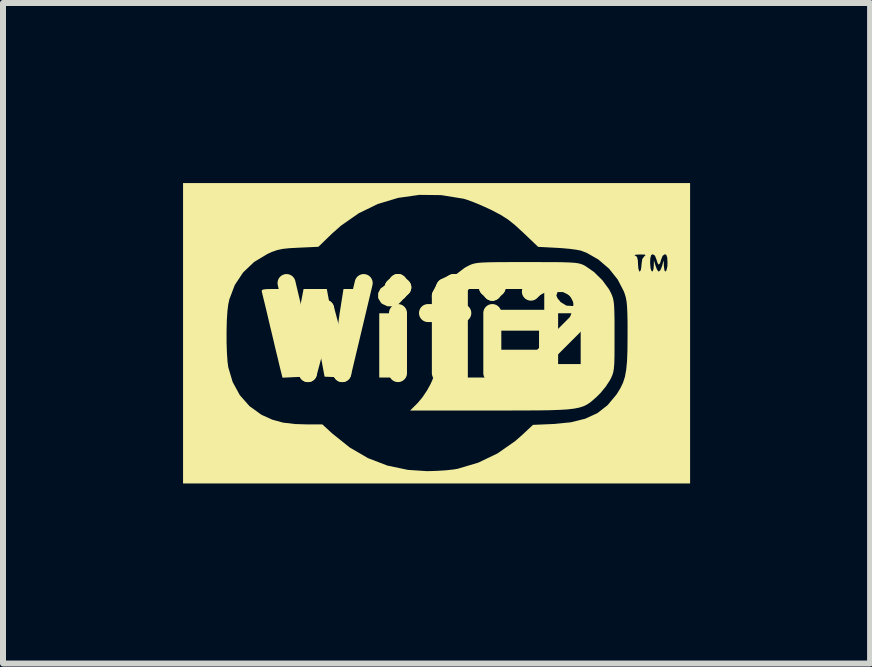
<source format=kicad_pcb>
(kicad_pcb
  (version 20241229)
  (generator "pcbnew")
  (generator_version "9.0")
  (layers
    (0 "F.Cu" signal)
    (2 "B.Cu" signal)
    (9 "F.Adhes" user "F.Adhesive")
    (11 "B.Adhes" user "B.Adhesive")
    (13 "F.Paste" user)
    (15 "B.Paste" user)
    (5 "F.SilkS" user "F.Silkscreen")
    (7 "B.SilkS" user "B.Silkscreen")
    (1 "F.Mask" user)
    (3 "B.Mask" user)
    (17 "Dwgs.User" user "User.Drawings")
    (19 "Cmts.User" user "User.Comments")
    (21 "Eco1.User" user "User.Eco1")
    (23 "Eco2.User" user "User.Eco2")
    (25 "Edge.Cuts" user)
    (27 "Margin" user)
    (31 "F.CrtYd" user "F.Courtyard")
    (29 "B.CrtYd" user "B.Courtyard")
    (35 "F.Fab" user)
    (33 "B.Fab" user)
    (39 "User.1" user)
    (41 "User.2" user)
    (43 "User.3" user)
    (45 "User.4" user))
  (footprint "Wifi2"
    (layer "F.Cu")
    (at 4.224 2.488)
    (property "Reference" "Wifi2" (at 0 0 0) (layer "F.SilkS") (effects (font (size 1.5 1.5) (thickness 0.3))))
    (attr board_only exclude_from_pos_files exclude_from_bom)
    (fp_poly (pts (xy -0.579 0.217) (xy -0.579 0.752) (xy -0.767 0.752) (xy -0.955 0.752) (xy -0.955 0.217) (xy -0.955 -0.318) (xy -0.767 -0.318) (xy -0.579 -0.318)) (stroke (width 0) (type solid)) (fill yes) (layer "F.SilkS"))
    (fp_poly (pts (xy -0.728 -0.8) (xy -0.624 -0.769) (xy -0.568 -0.715) (xy -0.55 -0.628) (xy -0.55 -0.62) (xy -0.574 -0.532) (xy -0.638 -0.468) (xy -0.726 -0.434) (xy -0.821 -0.435) (xy -0.909 -0.477) (xy -0.926 -0.492) (xy -0.974 -0.572) (xy -0.973 -0.655) (xy -0.934 -0.73) (xy -0.862 -0.783) (xy -0.766 -0.803)) (stroke (width 0) (type solid)) (fill yes) (layer "F.SilkS"))
    (fp_poly (pts (xy -2.446 -0.398) (xy -2.424 -0.26) (xy -2.402 -0.137) (xy -2.383 -0.043) (xy -2.372 0) (xy -2.348 0.072) (xy -2.346 0.002) (xy -2.339 -0.054) (xy -2.324 -0.152) (xy -2.302 -0.278) (xy -2.279 -0.396) (xy -2.216 -0.723) (xy -2.022 -0.723) (xy -1.829 -0.723) (xy -1.763 -0.369) (xy -1.731 -0.207) (xy -1.702 -0.084) (xy -1.678 -0.005) (xy -1.661 0.028) (xy -1.651 0.01) (xy -1.649 -0.03) (xy -1.645 -0.088) (xy -1.633 -0.187) (xy -1.616 -0.312) (xy -1.6 -0.412) (xy -1.551 -0.723) (xy -1.338 -0.723) (xy -1.228 -0.722) (xy -1.166 -0.716) (xy -1.139 -0.702) (xy -1.138 -0.678) (xy -1.139 -0.673) (xy -1.15 -0.63) (xy -1.172 -0.54) (xy -1.203 -0.413) (xy -1.24 -0.258) (xy -1.281 -0.085) (xy -1.286 -0.064) (xy -1.328 0.117) (xy -1.369 0.288) (xy -1.405 0.436) (xy -1.432 0.552) (xy -1.45 0.623) (xy -1.45 0.624) (xy -1.483 0.755) (xy -1.674 0.746) (xy -1.866 0.738) (xy -1.934 0.376) (xy -1.961 0.235) (xy -1.986 0.113) (xy -2.005 0.021) (xy -2.017 -0.027) (xy -2.017 -0.029) (xy -2.029 -0.024) (xy -2.046 0.028) (xy -2.066 0.116) (xy -2.071 0.145) (xy -2.097 0.286) (xy -2.126 0.437) (xy -2.148 0.55) (xy -2.187 0.738) (xy -2.377 0.746) (xy -2.567 0.755) (xy -2.6 0.624) (xy -2.617 0.555) (xy -2.644 0.441) (xy -2.68 0.293) (xy -2.72 0.123) (xy -2.763 -0.058) (xy -2.765 -0.064) (xy -2.806 -0.239) (xy -2.843 -0.396) (xy -2.875 -0.527) (xy -2.898 -0.621) (xy -2.91 -0.67) (xy -2.911 -0.673) (xy -2.913 -0.699) (xy -2.891 -0.714) (xy -2.836 -0.721) (xy -2.735 -0.723) (xy -2.711 -0.723) (xy -2.496 -0.723)) (stroke (width 0) (type solid)) (fill yes) (layer "F.SilkS"))
    (fp_poly (pts (xy 1.75 -1.171) (xy 1.944 -1.171) (xy 2.095 -1.169) (xy 2.209 -1.165) (xy 2.294 -1.16) (xy 2.355 -1.152) (xy 2.401 -1.141) (xy 2.439 -1.127) (xy 2.475 -1.109) (xy 2.475 -1.109) (xy 2.623 -1.006) (xy 2.763 -0.868) (xy 2.874 -0.717) (xy 2.898 -0.671) (xy 2.921 -0.622) (xy 2.938 -0.574) (xy 2.95 -0.517) (xy 2.958 -0.443) (xy 2.962 -0.341) (xy 2.965 -0.204) (xy 2.965 -0.021) (xy 2.965 0.058) (xy 2.965 0.258) (xy 2.964 0.409) (xy 2.961 0.52) (xy 2.954 0.602) (xy 2.944 0.663) (xy 2.929 0.712) (xy 2.908 0.759) (xy 2.887 0.799) (xy 2.821 0.9) (xy 2.732 1.009) (xy 2.663 1.078) (xy 2.607 1.127) (xy 2.557 1.169) (xy 2.505 1.203) (xy 2.447 1.231) (xy 2.378 1.253) (xy 2.292 1.27) (xy 2.184 1.283) (xy 2.048 1.291) (xy 1.879 1.297) (xy 1.672 1.3) (xy 1.422 1.301) (xy 1.122 1.302) (xy 0.903 1.302) (xy -0.441 1.302) (xy -0.317 1.179) (xy -0.238 1.085) (xy -0.158 0.966) (xy -0.104 0.868) (xy -0.074 0.803) (xy -0.052 0.747) (xy -0.035 0.688) (xy -0.023 0.619) (xy -0.015 0.528) (xy -0.009 0.406) (xy -0.003 0.244) (xy 0.001 0.087) (xy 0.007 -0.119) (xy 0.014 -0.277) (xy 0.022 -0.395) (xy 0.032 -0.483) (xy 0.045 -0.55) (xy 0.063 -0.605) (xy 0.078 -0.642) (xy 0.127 -0.723) (xy 0.521 -0.723) (xy 0.521 0.014) (xy 0.521 0.752) (xy 0.723 0.752) (xy 0.926 0.752) (xy 0.926 0.521) (xy 0.926 0.289) (xy 1.316 0.289) (xy 1.707 0.289) (xy 1.707 0.13) (xy 1.707 -0.029) (xy 1.316 -0.029) (xy 0.926 -0.029) (xy 0.926 -0.203) (xy 0.926 -0.318) (xy 2.025 -0.318) (xy 2.025 0.217) (xy 2.025 0.752) (xy 2.213 0.752) (xy 2.401 0.752) (xy 2.401 0.217) (xy 2.401 -0.318) (xy 2.213 -0.318) (xy 2.025 -0.318) (xy 0.926 -0.318) (xy 0.926 -0.376) (xy 1.36 -0.376) (xy 1.794 -0.376) (xy 1.794 -0.55) (xy 1.794 -0.614) (xy 1.996 -0.614) (xy 2.015 -0.569) (xy 2.062 -0.511) (xy 2.067 -0.505) (xy 2.163 -0.446) (xy 2.271 -0.439) (xy 2.366 -0.479) (xy 2.415 -0.545) (xy 2.431 -0.632) (xy 2.407 -0.714) (xy 2.352 -0.758) (xy 2.267 -0.789) (xy 2.179 -0.796) (xy 2.153 -0.792) (xy 2.079 -0.753) (xy 2.02 -0.686) (xy 1.996 -0.614) (xy 1.996 -0.614) (xy 1.794 -0.614) (xy 1.794 -0.723) (xy 1.157 -0.723) (xy 0.521 -0.723) (xy 0.127 -0.723) (xy 0.177 -0.806) (xy 0.312 -0.957) (xy 0.466 -1.075) (xy 0.512 -1.1) (xy 0.553 -1.121) (xy 0.592 -1.137) (xy 0.636 -1.149) (xy 0.692 -1.158) (xy 0.768 -1.164) (xy 0.871 -1.168) (xy 1.007 -1.17) (xy 1.184 -1.171) (xy 1.409 -1.172) (xy 1.504 -1.172)) (stroke (width 0) (type solid)) (fill yes) (layer "F.SilkS"))
    (fp_poly (pts (xy 4.224 0.014) (xy 4.224 2.517) (xy 0 2.517) (xy -4.224 2.517) (xy -4.224 0.014) (xy -4.224 -0.019) (xy -3.499 -0.019) (xy -3.499 0.166) (xy -3.493 0.341) (xy -3.483 0.489) (xy -3.471 0.58) (xy -3.398 0.826) (xy -3.279 1.045) (xy -3.118 1.228) (xy -2.922 1.37) (xy -2.9 1.381) (xy -2.735 1.455) (xy -2.56 1.503) (xy -2.359 1.527) (xy -2.165 1.533) (xy -1.903 1.533) (xy -1.74 1.683) (xy -1.448 1.917) (xy -1.143 2.095) (xy -0.82 2.219) (xy -0.477 2.291) (xy -0.159 2.312) (xy -0.004 2.308) (xy 0.154 2.298) (xy 0.291 2.283) (xy 0.353 2.272) (xy 0.696 2.17) (xy 1.016 2.016) (xy 1.31 1.811) (xy 1.416 1.718) (xy 1.606 1.541) (xy 1.953 1.526) (xy 2.237 1.498) (xy 2.478 1.438) (xy 2.68 1.345) (xy 2.849 1.213) (xy 2.992 1.042) (xy 3.005 1.024) (xy 3.062 0.931) (xy 3.106 0.84) (xy 3.138 0.741) (xy 3.159 0.626) (xy 3.173 0.483) (xy 3.18 0.303) (xy 3.182 0.077) (xy 3.182 0.039) (xy 3.182 -0.16) (xy 3.179 -0.311) (xy 3.174 -0.426) (xy 3.166 -0.512) (xy 3.153 -0.582) (xy 3.134 -0.645) (xy 3.121 -0.681) (xy 3.019 -0.879) (xy 2.874 -1.061) (xy 2.696 -1.214) (xy 2.569 -1.287) (xy 3.296 -1.287) (xy 3.305 -1.282) (xy 3.339 -1.258) (xy 3.354 -1.198) (xy 3.356 -1.141) (xy 3.362 -1.064) (xy 3.376 -1.018) (xy 3.385 -1.013) (xy 3.403 -1.038) (xy 3.413 -1.102) (xy 3.414 -1.127) (xy 3.418 -1.157) (xy 3.558 -1.157) (xy 3.565 -1.072) (xy 3.581 -1.022) (xy 3.6 -1.015) (xy 3.614 -1.054) (xy 3.619 -1.107) (xy 3.621 -1.201) (xy 3.649 -1.107) (xy 3.674 -1.043) (xy 3.7 -1.013) (xy 3.703 -1.013) (xy 3.729 -1.037) (xy 3.755 -1.098) (xy 3.757 -1.107) (xy 3.785 -1.201) (xy 3.787 -1.107) (xy 3.796 -1.034) (xy 3.813 -1.012) (xy 3.831 -1.036) (xy 3.845 -1.099) (xy 3.848 -1.157) (xy 3.843 -1.248) (xy 3.827 -1.292) (xy 3.803 -1.302) (xy 3.766 -1.276) (xy 3.742 -1.215) (xy 3.724 -1.154) (xy 3.703 -1.128) (xy 3.703 -1.128) (xy 3.683 -1.153) (xy 3.664 -1.213) (xy 3.664 -1.215) (xy 3.638 -1.279) (xy 3.602 -1.302) (xy 3.575 -1.287) (xy 3.561 -1.235) (xy 3.558 -1.157) (xy 3.418 -1.157) (xy 3.427 -1.222) (xy 3.464 -1.271) (xy 3.484 -1.288) (xy 3.458 -1.297) (xy 3.385 -1.298) (xy 3.319 -1.294) (xy 3.296 -1.287) (xy 2.569 -1.287) (xy 2.5 -1.326) (xy 2.402 -1.363) (xy 2.329 -1.377) (xy 2.217 -1.392) (xy 2.083 -1.404) (xy 1.996 -1.409) (xy 1.692 -1.425) (xy 1.437 -1.668) (xy 1.305 -1.789) (xy 1.189 -1.881) (xy 1.071 -1.956) (xy 0.93 -2.031) (xy 0.888 -2.051) (xy 0.752 -2.113) (xy 0.618 -2.169) (xy 0.506 -2.21) (xy 0.449 -2.227) (xy 0.077 -2.287) (xy -0.287 -2.291) (xy -0.641 -2.241) (xy -0.98 -2.139) (xy -1.298 -1.984) (xy -1.593 -1.778) (xy -1.742 -1.646) (xy -1.969 -1.426) (xy -2.298 -1.411) (xy -2.451 -1.403) (xy -2.564 -1.391) (xy -2.653 -1.372) (xy -2.737 -1.343) (xy -2.816 -1.308) (xy -3.04 -1.173) (xy -3.223 -0.999) (xy -3.362 -0.79) (xy -3.453 -0.55) (xy -3.471 -0.466) (xy -3.485 -0.352) (xy -3.495 -0.197) (xy -3.499 -0.019) (xy -4.224 -0.019) (xy -4.224 -2.488) (xy 0 -2.488) (xy 4.224 -2.488)) (stroke (width 0) (type solid)) (fill yes) (layer "F.SilkS")))
  (gr_rect
    (start -3 -3)
    (end 11.447 8.005)
    (stroke (width 0.1) (type default))
    (fill no)
    (layer "Edge.Cuts")))
</source>
